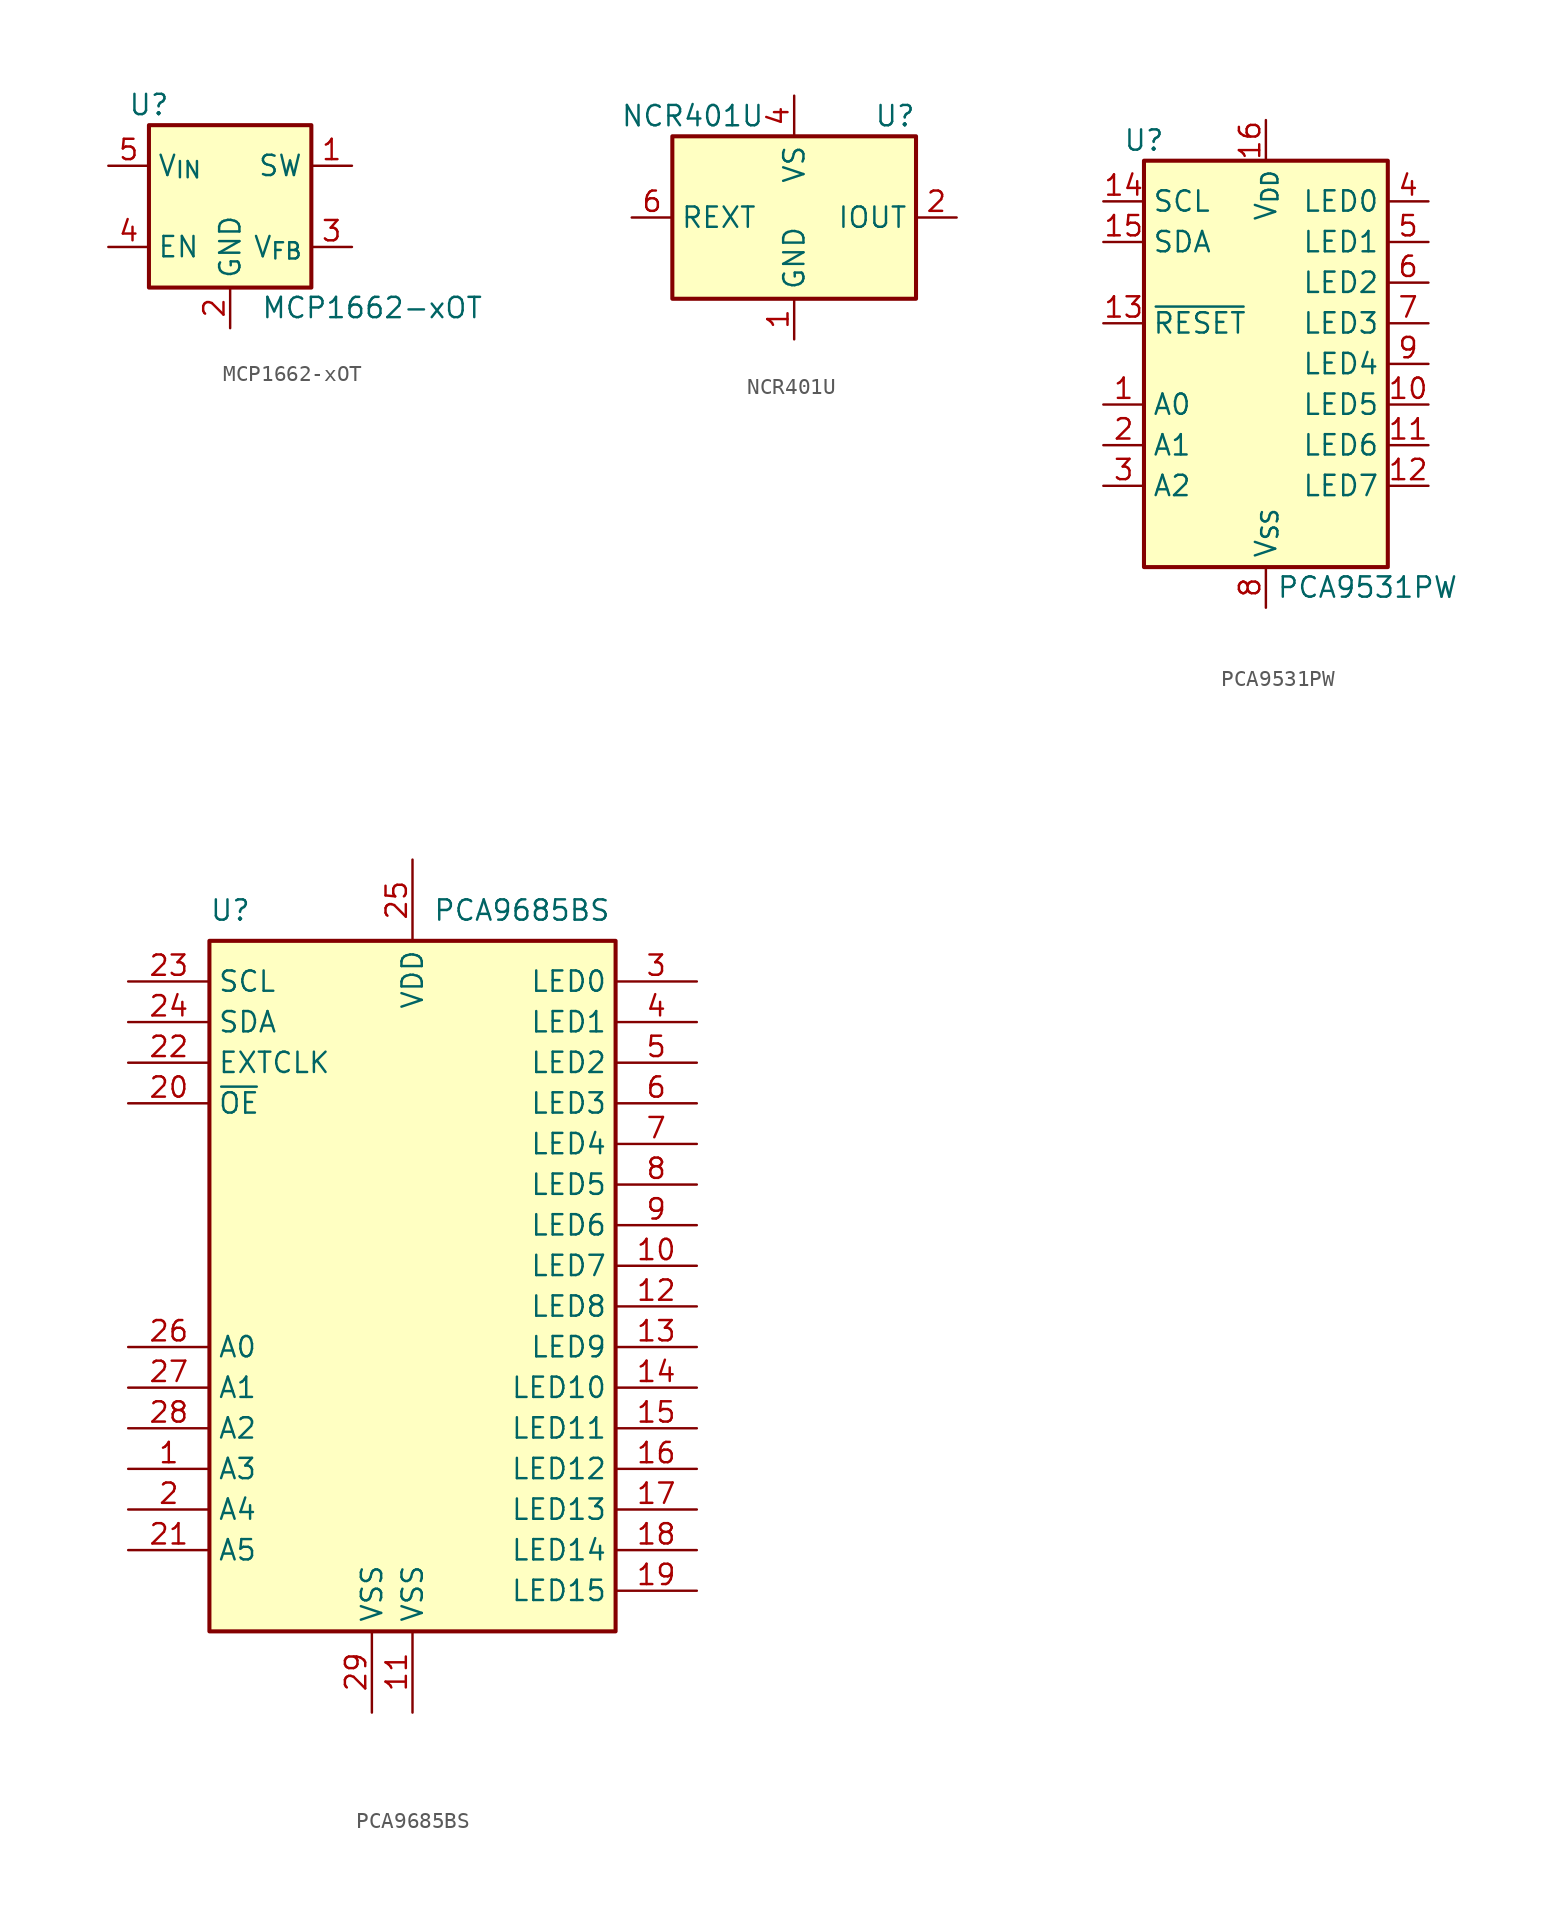
<source format=kicad_sym>
(kicad_symbol_lib
  (version 20211014)
  (generator kicad_symbol_editor)
  (symbol "MCP1662-xOT"
    (property "Reference" "U"
      (at -5.08 6.35 0)
      (effects (font (size 1.27 1.27))))
    (property "Value" "MCP1662-xOT"
      (at 8.89 -6.35 0)
      (effects (font (size 1.27 1.27))))
    (symbol "MCP1662-xOT_0_1"
      (rectangle (start -5.08 5.08) (end 5.08 -5.08) (stroke (width 0.254) (type default) (color 0 0 0 0)) (fill (type background))))
    (symbol "MCP1662-xOT_1_1"
      (pin power_out line (at 7.62 2.54 180) (length 2.54) (name "SW" (effects (font (size 1.27 1.27)))) (number "1" (effects (font (size 1.27 1.27)))))
      (pin power_in line (at 0 -7.62 90) (length 2.54) (name "GND" (effects (font (size 1.27 1.27)))) (number "2" (effects (font (size 1.27 1.27)))))
      (pin input line (at 7.62 -2.54 180) (length 2.54) (name "V_{FB}" (effects (font (size 1.27 1.27)))) (number "3" (effects (font (size 1.27 1.27)))))
      (pin input line (at -7.62 -2.54 0) (length 2.54) (name "EN" (effects (font (size 1.27 1.27)))) (number "4" (effects (font (size 1.27 1.27)))))
      (pin power_in line (at -7.62 2.54 0) (length 2.54) (name "V_{IN}" (effects (font (size 1.27 1.27)))) (number "5" (effects (font (size 1.27 1.27)))))))
  (symbol "NCR401U"
    (property "Reference" "U"
      (at 7.62 6.35 0)
      (effects (font (size 1.27 1.27)) (justify right)))
    (property "Value" "NCR401U"
      (at -6.35 6.35 0)
      (effects (font (size 1.27 1.27))))
    (symbol "NCR401U_0_1"
      (rectangle (start -7.62 5.08) (end 7.62 -5.08) (stroke (width 0.254) (type default) (color 0 0 0 0)) (fill (type background))))
    (symbol "NCR401U_1_1"
      (pin power_in line (at 0 -7.62 90) (length 2.54) (name "GND" (effects (font (size 1.27 1.27)))) (number "1" (effects (font (size 1.27 1.27)))))
      (pin output line (at 10.16 0 180) (length 2.54) (name "IOUT" (effects (font (size 1.27 1.27)))) (number "2" (effects (font (size 1.27 1.27)))))
      (pin passive line (at 10.16 0 180) (length 2.54) hide (name "IOUT" (effects (font (size 1.27 1.27)))) (number "3" (effects (font (size 1.27 1.27)))))
      (pin power_in line (at 0 7.62 270) (length 2.54) (name "VS" (effects (font (size 1.27 1.27)))) (number "4" (effects (font (size 1.27 1.27)))))
      (pin passive line (at 10.16 0 180) (length 2.54) hide (name "IOUT" (effects (font (size 1.27 1.27)))) (number "5" (effects (font (size 1.27 1.27)))))
      (pin passive line (at -10.16 0 0) (length 2.54) (name "REXT" (effects (font (size 1.27 1.27)))) (number "6" (effects (font (size 1.27 1.27)))))))
  (symbol "PCA9531PW"
    (property "Reference" "U"
      (at -7.62 13.97 0)
      (effects (font (size 1.27 1.27))))
    (property "Value" "PCA9531PW"
      (at 6.35 -13.97 0)
      (effects (font (size 1.27 1.27))))
    (symbol "PCA9531PW_0_1"
      (rectangle (start -7.62 12.7) (end 7.62 -12.7) (stroke (width 0.254) (type default) (color 0 0 0 0)) (fill (type background))))
    (symbol "PCA9531PW_1_1"
      (pin input line (at -10.16 -2.54 0) (length 2.54) (name "A0" (effects (font (size 1.27 1.27)))) (number "1" (effects (font (size 1.27 1.27)))))
      (pin open_collector line (at 10.16 -2.54 180) (length 2.54) (name "LED5" (effects (font (size 1.27 1.27)))) (number "10" (effects (font (size 1.27 1.27)))))
      (pin open_collector line (at 10.16 -5.08 180) (length 2.54) (name "LED6" (effects (font (size 1.27 1.27)))) (number "11" (effects (font (size 1.27 1.27)))))
      (pin open_collector line (at 10.16 -7.62 180) (length 2.54) (name "LED7" (effects (font (size 1.27 1.27)))) (number "12" (effects (font (size 1.27 1.27)))))
      (pin input line (at -10.16 2.54 0) (length 2.54) (name "~{RESET}" (effects (font (size 1.27 1.27)))) (number "13" (effects (font (size 1.27 1.27)))))
      (pin input line (at -10.16 10.16 0) (length 2.54) (name "SCL" (effects (font (size 1.27 1.27)))) (number "14" (effects (font (size 1.27 1.27)))))
      (pin bidirectional line (at -10.16 7.62 0) (length 2.54) (name "SDA" (effects (font (size 1.27 1.27)))) (number "15" (effects (font (size 1.27 1.27)))))
      (pin power_in line (at 0 15.24 270) (length 2.54) (name "V_{DD}" (effects (font (size 1.27 1.27)))) (number "16" (effects (font (size 1.27 1.27)))))
      (pin input line (at -10.16 -5.08 0) (length 2.54) (name "A1" (effects (font (size 1.27 1.27)))) (number "2" (effects (font (size 1.27 1.27)))))
      (pin input line (at -10.16 -7.62 0) (length 2.54) (name "A2" (effects (font (size 1.27 1.27)))) (number "3" (effects (font (size 1.27 1.27)))))
      (pin open_collector line (at 10.16 10.16 180) (length 2.54) (name "LED0" (effects (font (size 1.27 1.27)))) (number "4" (effects (font (size 1.27 1.27)))))
      (pin open_collector line (at 10.16 7.62 180) (length 2.54) (name "LED1" (effects (font (size 1.27 1.27)))) (number "5" (effects (font (size 1.27 1.27)))))
      (pin open_collector line (at 10.16 5.08 180) (length 2.54) (name "LED2" (effects (font (size 1.27 1.27)))) (number "6" (effects (font (size 1.27 1.27)))))
      (pin open_collector line (at 10.16 2.54 180) (length 2.54) (name "LED3" (effects (font (size 1.27 1.27)))) (number "7" (effects (font (size 1.27 1.27)))))
      (pin power_in line (at 0 -15.24 90) (length 2.54) (name "V_{SS}" (effects (font (size 1.27 1.27)))) (number "8" (effects (font (size 1.27 1.27)))))
      (pin open_collector line (at 10.16 0 180) (length 2.54) (name "LED4" (effects (font (size 1.27 1.27)))) (number "9" (effects (font (size 1.27 1.27)))))))
  (symbol "PCA9685BS"
    (property "Reference" "U"
      (at -12.7 22.225 0)
      (effects (font (size 1.27 1.27)) (justify left)))
    (property "Value" "PCA9685BS"
      (at 1.27 22.225 0)
      (effects (font (size 1.27 1.27)) (justify left)))
    (symbol "PCA9685BS_0_1"
      (rectangle (start -12.7 20.32) (end 12.7 -22.86) (stroke (width 0.254) (type default) (color 0 0 0 0)) (fill (type background))))
    (symbol "PCA9685BS_1_1"
      (pin input line (at -17.78 -12.7 0) (length 5.08) (name "A3" (effects (font (size 1.27 1.27)))) (number "1" (effects (font (size 1.27 1.27)))))
      (pin output line (at 17.78 0 180) (length 5.08) (name "LED7" (effects (font (size 1.27 1.27)))) (number "10" (effects (font (size 1.27 1.27)))))
      (pin power_in line (at 0 -27.94 90) (length 5.08) (name "VSS" (effects (font (size 1.27 1.27)))) (number "11" (effects (font (size 1.27 1.27)))))
      (pin output line (at 17.78 -2.54 180) (length 5.08) (name "LED8" (effects (font (size 1.27 1.27)))) (number "12" (effects (font (size 1.27 1.27)))))
      (pin output line (at 17.78 -5.08 180) (length 5.08) (name "LED9" (effects (font (size 1.27 1.27)))) (number "13" (effects (font (size 1.27 1.27)))))
      (pin output line (at 17.78 -7.62 180) (length 5.08) (name "LED10" (effects (font (size 1.27 1.27)))) (number "14" (effects (font (size 1.27 1.27)))))
      (pin output line (at 17.78 -10.16 180) (length 5.08) (name "LED11" (effects (font (size 1.27 1.27)))) (number "15" (effects (font (size 1.27 1.27)))))
      (pin output line (at 17.78 -12.7 180) (length 5.08) (name "LED12" (effects (font (size 1.27 1.27)))) (number "16" (effects (font (size 1.27 1.27)))))
      (pin output line (at 17.78 -15.24 180) (length 5.08) (name "LED13" (effects (font (size 1.27 1.27)))) (number "17" (effects (font (size 1.27 1.27)))))
      (pin output line (at 17.78 -17.78 180) (length 5.08) (name "LED14" (effects (font (size 1.27 1.27)))) (number "18" (effects (font (size 1.27 1.27)))))
      (pin output line (at 17.78 -20.32 180) (length 5.08) (name "LED15" (effects (font (size 1.27 1.27)))) (number "19" (effects (font (size 1.27 1.27)))))
      (pin input line (at -17.78 -15.24 0) (length 5.08) (name "A4" (effects (font (size 1.27 1.27)))) (number "2" (effects (font (size 1.27 1.27)))))
      (pin input line (at -17.78 10.16 0) (length 5.08) (name "~{OE}" (effects (font (size 1.27 1.27)))) (number "20" (effects (font (size 1.27 1.27)))))
      (pin input line (at -17.78 -17.78 0) (length 5.08) (name "A5" (effects (font (size 1.27 1.27)))) (number "21" (effects (font (size 1.27 1.27)))))
      (pin input line (at -17.78 12.7 0) (length 5.08) (name "EXTCLK" (effects (font (size 1.27 1.27)))) (number "22" (effects (font (size 1.27 1.27)))))
      (pin input line (at -17.78 17.78 0) (length 5.08) (name "SCL" (effects (font (size 1.27 1.27)))) (number "23" (effects (font (size 1.27 1.27)))))
      (pin bidirectional line (at -17.78 15.24 0) (length 5.08) (name "SDA" (effects (font (size 1.27 1.27)))) (number "24" (effects (font (size 1.27 1.27)))))
      (pin power_in line (at 0 25.4 270) (length 5.08) (name "VDD" (effects (font (size 1.27 1.27)))) (number "25" (effects (font (size 1.27 1.27)))))
      (pin input line (at -17.78 -5.08 0) (length 5.08) (name "A0" (effects (font (size 1.27 1.27)))) (number "26" (effects (font (size 1.27 1.27)))))
      (pin input line (at -17.78 -7.62 0) (length 5.08) (name "A1" (effects (font (size 1.27 1.27)))) (number "27" (effects (font (size 1.27 1.27)))))
      (pin input line (at -17.78 -10.16 0) (length 5.08) (name "A2" (effects (font (size 1.27 1.27)))) (number "28" (effects (font (size 1.27 1.27)))))
      (pin power_in line (at -2.54 -27.94 90) (length 5.08) (name "VSS" (effects (font (size 1.27 1.27)))) (number "29" (effects (font (size 1.27 1.27)))))
      (pin output line (at 17.78 17.78 180) (length 5.08) (name "LED0" (effects (font (size 1.27 1.27)))) (number "3" (effects (font (size 1.27 1.27)))))
      (pin output line (at 17.78 15.24 180) (length 5.08) (name "LED1" (effects (font (size 1.27 1.27)))) (number "4" (effects (font (size 1.27 1.27)))))
      (pin output line (at 17.78 12.7 180) (length 5.08) (name "LED2" (effects (font (size 1.27 1.27)))) (number "5" (effects (font (size 1.27 1.27)))))
      (pin output line (at 17.78 10.16 180) (length 5.08) (name "LED3" (effects (font (size 1.27 1.27)))) (number "6" (effects (font (size 1.27 1.27)))))
      (pin output line (at 17.78 7.62 180) (length 5.08) (name "LED4" (effects (font (size 1.27 1.27)))) (number "7" (effects (font (size 1.27 1.27)))))
      (pin output line (at 17.78 5.08 180) (length 5.08) (name "LED5" (effects (font (size 1.27 1.27)))) (number "8" (effects (font (size 1.27 1.27)))))
      (pin output line (at 17.78 2.54 180) (length 5.08) (name "LED6" (effects (font (size 1.27 1.27)))) (number "9" (effects (font (size 1.27 1.27))))))))
</source>
